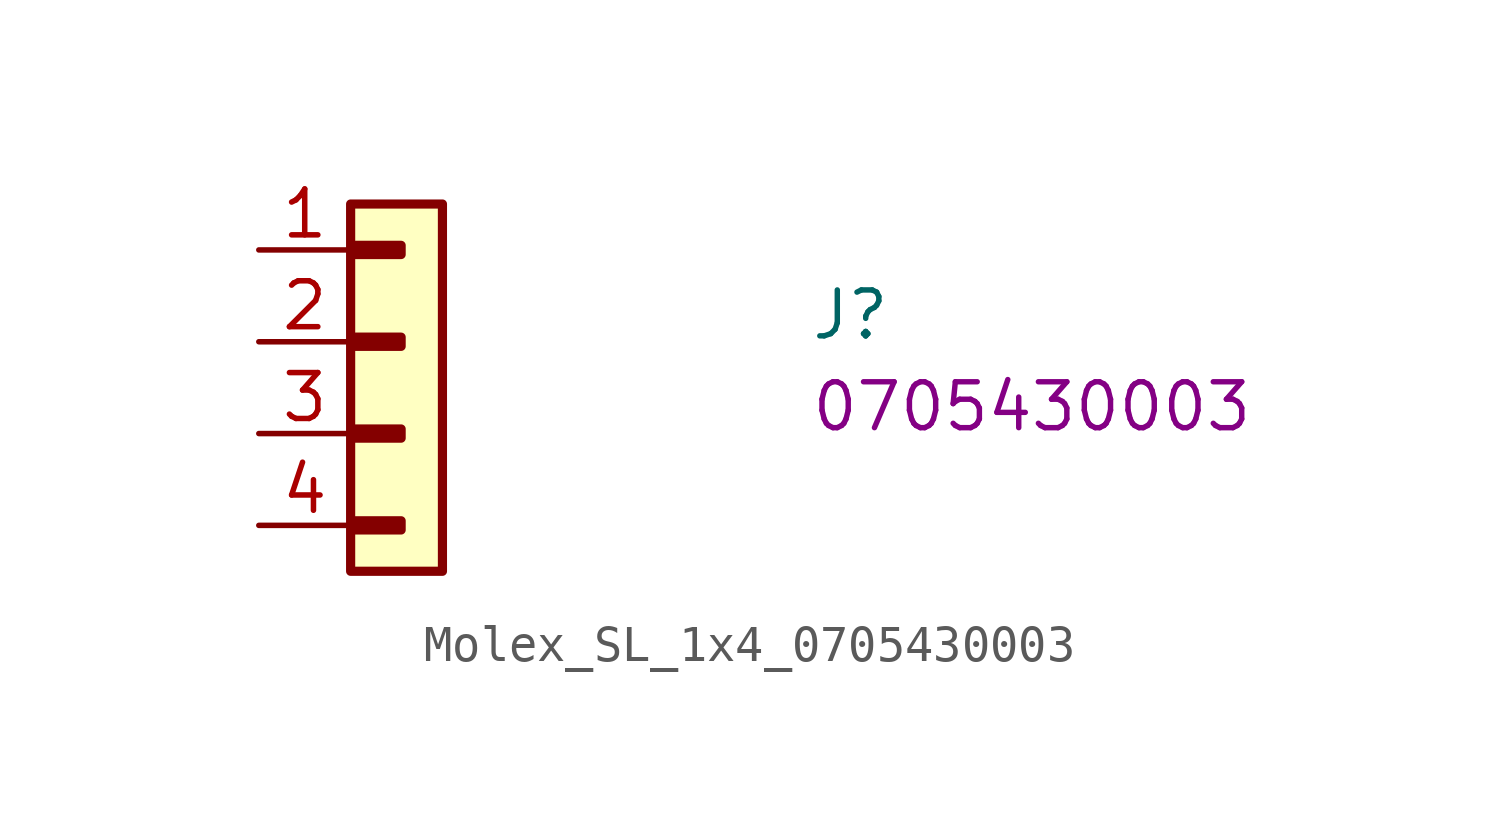
<source format=kicad_sym>
(kicad_symbol_lib
  (version 20220914)
  (generator kicad_symbol_editor)
  (symbol "Molex_SL_1x4_0705430003"
    (pin_names hide)
    (property "Reference" "J"
      (at 15.24 -2.54 0)
      (effects (font (size 1.27 1.27) (thickness 0.15)) (justify left bottom)))
    (property "MPN" "0705430003"
      (at 15.24 -5.08 0)
      (effects (font (size 1.27 1.27) (thickness 0.15)) (justify left bottom)))
    (symbol "Molex_SL_1x4_0705430003_1_1"
      (rectangle (start 2.54 1.27) (end 5.08 -8.89) (stroke (width 0.254) (type default)) (fill (type background)))
      (rectangle (start 2.667 -7.493) (end 3.937 -7.747) (stroke (width 0.254) (type default)) (fill (type background)))
      (rectangle (start 2.667 -4.953) (end 3.937 -5.207) (stroke (width 0.254) (type default)) (fill (type background)))
      (rectangle (start 2.667 -2.413) (end 3.937 -2.667) (stroke (width 0.254) (type default)) (fill (type background)))
      (rectangle (start 2.667 0.127) (end 3.937 -0.127) (stroke (width 0.254) (type default)) (fill (type background)))
      (pin passive line (at 0 0 0) (length 2.54) (name "1" (effects (font (size 1.27 1.27)))) (number "1" (effects (font (size 1.27 1.27)))))
      (pin passive line (at 0 -2.54 0) (length 2.54) (name "2" (effects (font (size 1.27 1.27)))) (number "2" (effects (font (size 1.27 1.27)))))
      (pin passive line (at 0 -5.08 0) (length 2.54) (name "3" (effects (font (size 1.27 1.27)))) (number "3" (effects (font (size 1.27 1.27)))))
      (pin passive line (at 0 -7.62 0) (length 2.54) (name "4" (effects (font (size 1.27 1.27)))) (number "4" (effects (font (size 1.27 1.27))))))))
</source>
